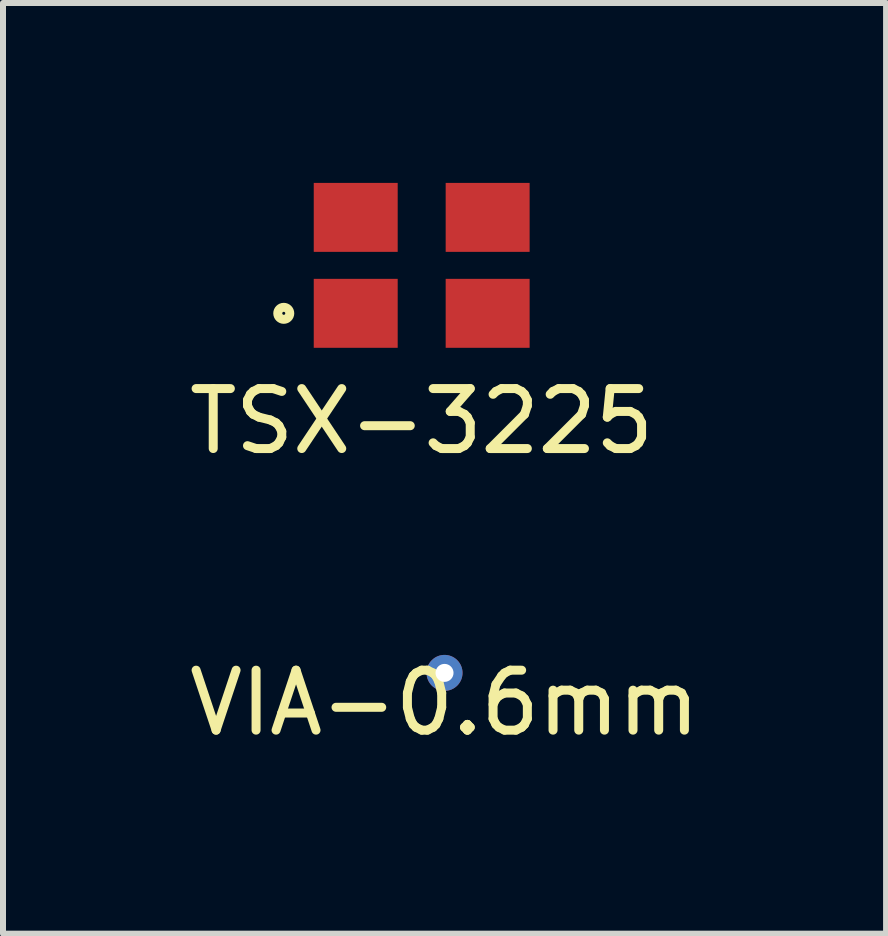
<source format=kicad_pcb>
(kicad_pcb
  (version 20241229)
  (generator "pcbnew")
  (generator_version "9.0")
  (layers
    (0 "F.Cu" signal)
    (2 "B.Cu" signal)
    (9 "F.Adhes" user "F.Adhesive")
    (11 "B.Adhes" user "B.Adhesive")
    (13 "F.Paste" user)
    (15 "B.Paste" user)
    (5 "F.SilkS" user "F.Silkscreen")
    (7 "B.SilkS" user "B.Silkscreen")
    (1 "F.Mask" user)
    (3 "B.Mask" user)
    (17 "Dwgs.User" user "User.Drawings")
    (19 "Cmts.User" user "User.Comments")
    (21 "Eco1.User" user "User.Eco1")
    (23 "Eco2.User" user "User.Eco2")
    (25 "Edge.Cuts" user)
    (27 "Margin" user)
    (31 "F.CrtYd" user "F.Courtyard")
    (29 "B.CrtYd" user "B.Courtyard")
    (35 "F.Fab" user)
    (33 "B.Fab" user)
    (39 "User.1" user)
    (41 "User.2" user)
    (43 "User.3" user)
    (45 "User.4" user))
  (footprint "TSX-3225"
    (layer "F.Cu")
    (at 3.982 1.375)
    (property "Reference" "TSX-3225" (at 0 2.6 0) (layer "F.SilkS") (effects (font (size 1 1) (thickness 0.15))))
    (attr through_hole)
    (fp_circle (center -2.3 0.8) (end -2.3 0.9) (stroke (width 0.15) (type solid)) (fill no) (layer "F.SilkS"))
    (pad "1" smd rect (at -1.1 0.8) (size 1.4 1.15) (layers "F.Cu" "F.Mask" "F.Paste"))
    (pad "2" smd rect (at 1.1 0.8) (size 1.4 1.15) (layers "F.Cu" "F.Mask" "F.Paste"))
    (pad "3" smd rect (at 1.1 -0.8) (size 1.4 1.15) (layers "F.Cu" "F.Mask" "F.Paste"))
    (pad "4" smd rect (at -1.1 -0.8) (size 1.4 1.15) (layers "F.Cu" "F.Mask" "F.Paste")))
  (footprint "VIA-0.6mm"
    (layer "F.Cu")
    (at 4.363 8.171)
    (property "Reference" "VIA-0.6mm" (at 0 0.5 0) (layer "F.SilkS") (effects (font (size 1 1) (thickness 0.15))))
    (attr through_hole)
    (pad "1" thru_hole circle (at 0 0) (size 0.6 0.6) (drill 0.3) (layers "*.Cu")))
  (gr_rect
    (start -3 -3)
    (end 11.726 12.52)
    (stroke (width 0.1) (type default))
    (fill no)
    (layer "Edge.Cuts")))
</source>
